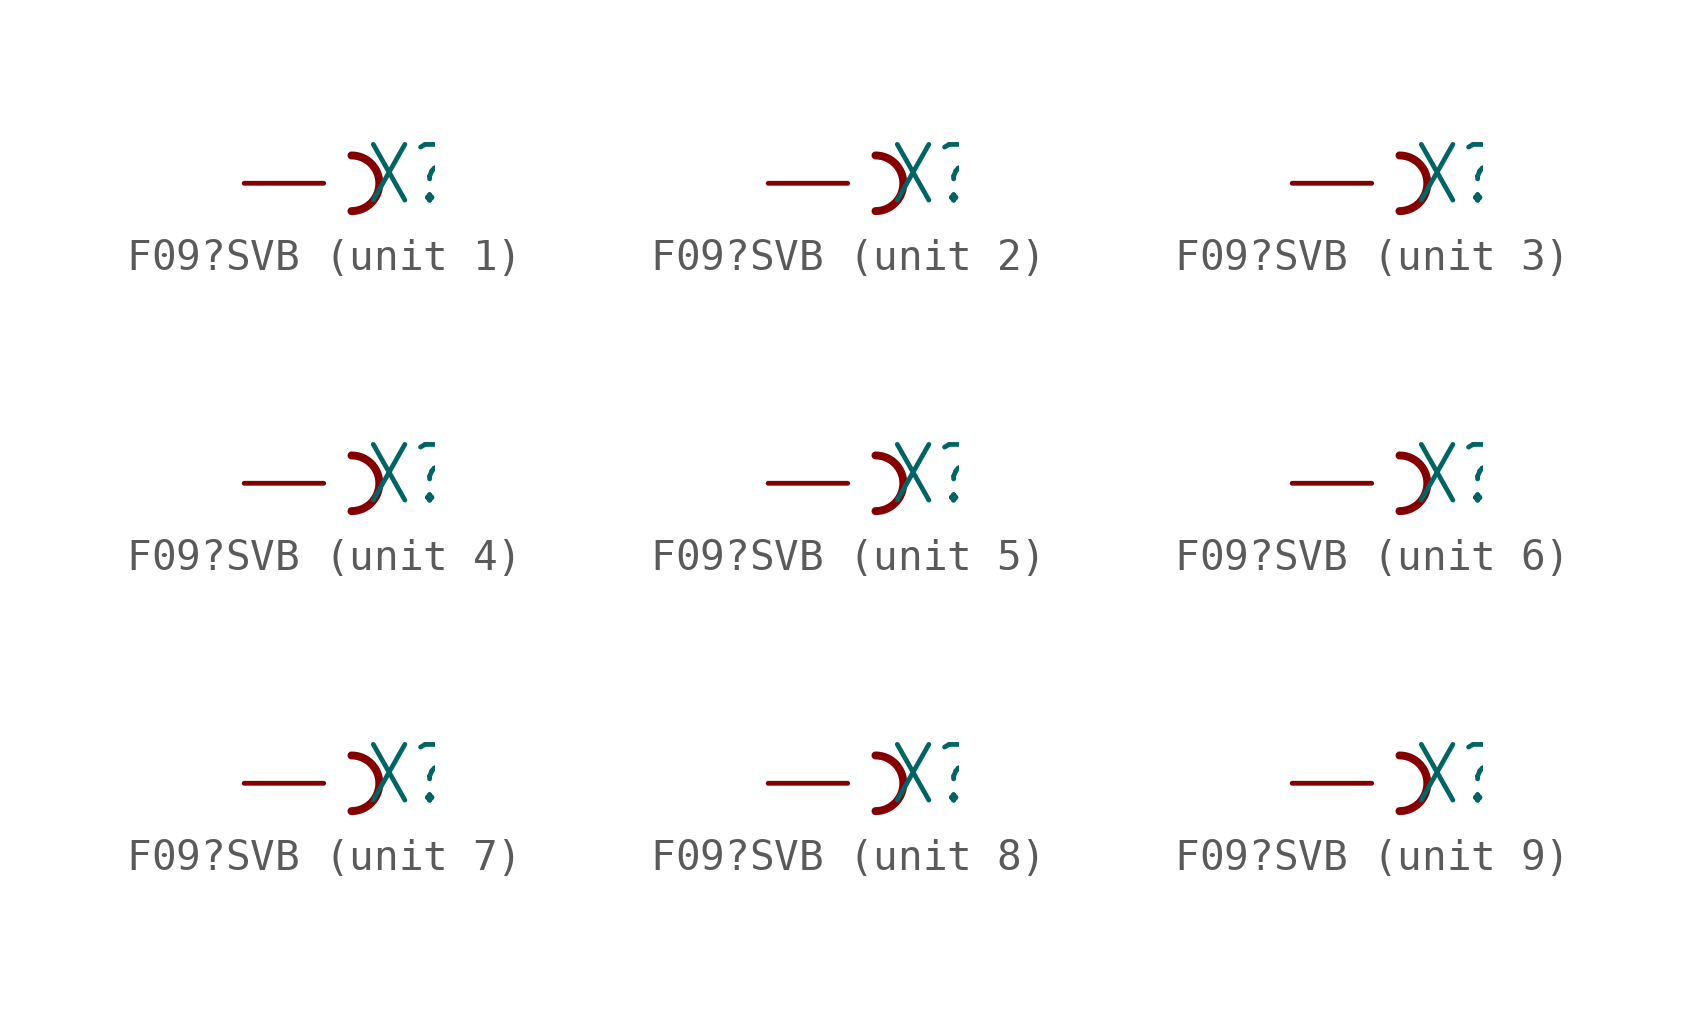
<source format=kicad_sym>
(kicad_symbol_lib
  (version 20211014)
  (generator kicad_symbol_editor)
  (symbol "F09?SVB"
    (property "Reference" "X"
      (at 1.27 -0.762 0)
      (effects (font (size 1.778 1.511)) (justify left bottom)))
    (property "ki_locked" ""
      (at 0 0 0)
      (effects (font (size 1.27 1.27))))
    (symbol "F09?SVB_1_0"
      (arc (start 0.889 -0.889) (mid 1.778 0) (end 0.889 0.889) (stroke (width 0.254) (type default) (color 0 0 0 0)) (fill (type none)))
      (pin passive line (at -2.54 0 0) (length 2.54) (name "F" (effects (font (size 0 0)))) (number "1" (effects (font (size 0 0))))))
    (symbol "F09?SVB_2_0"
      (arc (start 0.889 -0.889) (mid 1.778 0) (end 0.889 0.889) (stroke (width 0.254) (type default) (color 0 0 0 0)) (fill (type none)))
      (pin passive line (at -2.54 0 0) (length 2.54) (name "F" (effects (font (size 0 0)))) (number "2" (effects (font (size 0 0))))))
    (symbol "F09?SVB_3_0"
      (arc (start 0.889 -0.889) (mid 1.778 0) (end 0.889 0.889) (stroke (width 0.254) (type default) (color 0 0 0 0)) (fill (type none)))
      (pin passive line (at -2.54 0 0) (length 2.54) (name "F" (effects (font (size 0 0)))) (number "3" (effects (font (size 0 0))))))
    (symbol "F09?SVB_4_0"
      (arc (start 0.889 -0.889) (mid 1.778 0) (end 0.889 0.889) (stroke (width 0.254) (type default) (color 0 0 0 0)) (fill (type none)))
      (pin passive line (at -2.54 0 0) (length 2.54) (name "F" (effects (font (size 0 0)))) (number "4" (effects (font (size 0 0))))))
    (symbol "F09?SVB_5_0"
      (arc (start 0.889 -0.889) (mid 1.778 0) (end 0.889 0.889) (stroke (width 0.254) (type default) (color 0 0 0 0)) (fill (type none)))
      (pin passive line (at -2.54 0 0) (length 2.54) (name "F" (effects (font (size 0 0)))) (number "5" (effects (font (size 0 0))))))
    (symbol "F09?SVB_6_0"
      (arc (start 0.889 -0.889) (mid 1.778 0) (end 0.889 0.889) (stroke (width 0.254) (type default) (color 0 0 0 0)) (fill (type none)))
      (pin passive line (at -2.54 0 0) (length 2.54) (name "F" (effects (font (size 0 0)))) (number "6" (effects (font (size 0 0))))))
    (symbol "F09?SVB_7_0"
      (arc (start 0.889 -0.889) (mid 1.778 0) (end 0.889 0.889) (stroke (width 0.254) (type default) (color 0 0 0 0)) (fill (type none)))
      (pin passive line (at -2.54 0 0) (length 2.54) (name "F" (effects (font (size 0 0)))) (number "7" (effects (font (size 0 0))))))
    (symbol "F09?SVB_8_0"
      (arc (start 0.889 -0.889) (mid 1.778 0) (end 0.889 0.889) (stroke (width 0.254) (type default) (color 0 0 0 0)) (fill (type none)))
      (pin passive line (at -2.54 0 0) (length 2.54) (name "F" (effects (font (size 0 0)))) (number "8" (effects (font (size 0 0))))))
    (symbol "F09?SVB_9_0"
      (arc (start 0.889 -0.889) (mid 1.778 0) (end 0.889 0.889) (stroke (width 0.254) (type default) (color 0 0 0 0)) (fill (type none)))
      (pin passive line (at -2.54 0 0) (length 2.54) (name "F" (effects (font (size 0 0)))) (number "9" (effects (font (size 0 0))))))))
</source>
